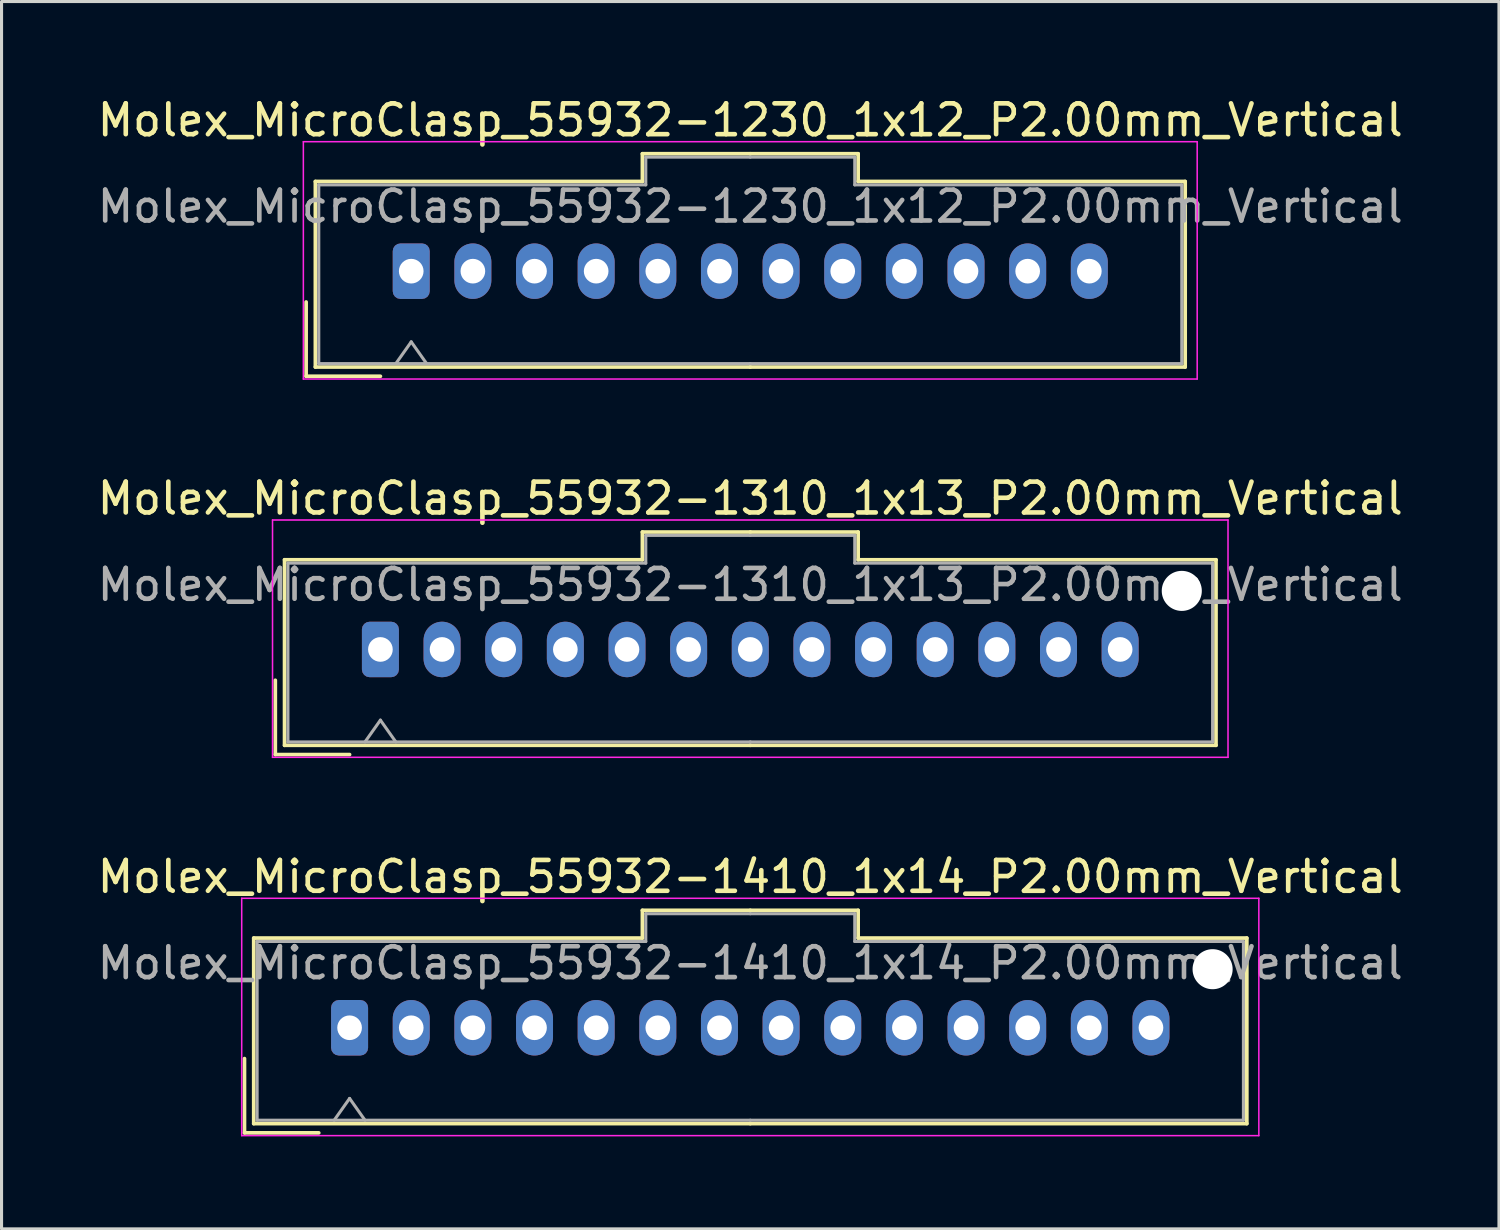
<source format=kicad_pcb>
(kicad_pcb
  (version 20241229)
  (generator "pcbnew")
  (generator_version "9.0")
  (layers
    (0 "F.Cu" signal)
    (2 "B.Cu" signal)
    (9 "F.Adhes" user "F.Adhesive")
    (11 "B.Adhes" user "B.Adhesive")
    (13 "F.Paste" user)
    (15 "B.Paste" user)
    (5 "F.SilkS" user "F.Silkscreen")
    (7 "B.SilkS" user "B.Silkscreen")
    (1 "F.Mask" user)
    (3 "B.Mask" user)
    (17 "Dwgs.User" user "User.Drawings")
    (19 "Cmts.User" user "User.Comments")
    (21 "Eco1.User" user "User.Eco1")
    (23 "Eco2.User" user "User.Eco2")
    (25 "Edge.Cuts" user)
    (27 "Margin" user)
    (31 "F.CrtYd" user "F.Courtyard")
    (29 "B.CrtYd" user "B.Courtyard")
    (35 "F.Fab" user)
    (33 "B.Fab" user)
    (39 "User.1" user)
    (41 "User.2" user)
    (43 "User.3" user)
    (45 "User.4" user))
  (footprint "Molex_MicroClasp_55932-1410_1x14_P2.00mm_Vertical"
    (layer "F.Cu")
    (at 8.292 30.295)
    (property "Reference" "Molex_MicroClasp_55932-1410_1x14_P2.00mm_Vertical" (at 13 -4.9 0) (layer "F.SilkS") (effects (font (size 1 1) (thickness 0.15))))
    (attr through_hole)
    (fp_line (start -3.41 1) (end -3.41 3.41) (stroke (width 0.12) (type solid)) (layer "F.SilkS"))
    (fp_line (start -3.41 3.41) (end -1 3.41) (stroke (width 0.12) (type solid)) (layer "F.SilkS"))
    (fp_line (start -3.11 -2.91) (end -3.11 3.11) (stroke (width 0.12) (type solid)) (layer "F.SilkS"))
    (fp_line (start -3.11 3.11) (end 13 3.11) (stroke (width 0.12) (type solid)) (layer "F.SilkS"))
    (fp_line (start 9.5 -3.81) (end 9.5 -2.91) (stroke (width 0.12) (type solid)) (layer "F.SilkS"))
    (fp_line (start 9.5 -2.91) (end -3.11 -2.91) (stroke (width 0.12) (type solid)) (layer "F.SilkS"))
    (fp_line (start 13 -3.81) (end 9.5 -3.81) (stroke (width 0.12) (type solid)) (layer "F.SilkS"))
    (fp_line (start 13 -3.81) (end 16.5 -3.81) (stroke (width 0.12) (type solid)) (layer "F.SilkS"))
    (fp_line (start 16.5 -3.81) (end 16.5 -2.91) (stroke (width 0.12) (type solid)) (layer "F.SilkS"))
    (fp_line (start 16.5 -2.91) (end 29.11 -2.91) (stroke (width 0.12) (type solid)) (layer "F.SilkS"))
    (fp_line (start 29.11 -2.91) (end 29.11 3.11) (stroke (width 0.12) (type solid)) (layer "F.SilkS"))
    (fp_line (start 29.11 3.11) (end 13 3.11) (stroke (width 0.12) (type solid)) (layer "F.SilkS"))
    (fp_line (start -3.5 -4.2) (end -3.5 3.5) (stroke (width 0.05) (type solid)) (layer "F.CrtYd"))
    (fp_line (start -3.5 3.5) (end 29.5 3.5) (stroke (width 0.05) (type solid)) (layer "F.CrtYd"))
    (fp_line (start 29.5 -4.2) (end -3.5 -4.2) (stroke (width 0.05) (type solid)) (layer "F.CrtYd"))
    (fp_line (start 29.5 3.5) (end 29.5 -4.2) (stroke (width 0.05) (type solid)) (layer "F.CrtYd"))
    (fp_line (start -3 -2.8) (end -3 3) (stroke (width 0.1) (type solid)) (layer "F.Fab"))
    (fp_line (start -3 3) (end 13 3) (stroke (width 0.1) (type solid)) (layer "F.Fab"))
    (fp_line (start -0.5 3) (end 0 2.293) (stroke (width 0.1) (type solid)) (layer "F.Fab"))
    (fp_line (start 0 2.293) (end 0.5 3) (stroke (width 0.1) (type solid)) (layer "F.Fab"))
    (fp_line (start 9.61 -3.7) (end 9.61 -2.8) (stroke (width 0.1) (type solid)) (layer "F.Fab"))
    (fp_line (start 9.61 -2.8) (end -3 -2.8) (stroke (width 0.1) (type solid)) (layer "F.Fab"))
    (fp_line (start 13 -3.7) (end 9.61 -3.7) (stroke (width 0.1) (type solid)) (layer "F.Fab"))
    (fp_line (start 13 -3.7) (end 16.39 -3.7) (stroke (width 0.1) (type solid)) (layer "F.Fab"))
    (fp_line (start 16.39 -3.7) (end 16.39 -2.8) (stroke (width 0.1) (type solid)) (layer "F.Fab"))
    (fp_line (start 16.39 -2.8) (end 29 -2.8) (stroke (width 0.1) (type solid)) (layer "F.Fab"))
    (fp_line (start 29 -2.8) (end 29 3) (stroke (width 0.1) (type solid)) (layer "F.Fab"))
    (fp_line (start 29 3) (end 13 3) (stroke (width 0.1) (type solid)) (layer "F.Fab"))
    (fp_text user "${REFERENCE}" (at 13 -2.1 0) (layer "F.Fab") (effects (font (size 1 1) (thickness 0.15))))
    (pad "" np_thru_hole circle (at 28 -1.9) (size 1.3 1.3) (drill 1.3) (layers "*.Cu" "*.Mask"))
    (pad "1" thru_hole roundrect (at 0 0) (size 1.2 1.8) (drill 0.8) (layers "*.Cu" "*.Mask") (roundrect_rratio 0.208))
    (pad "2" thru_hole oval (at 2 0) (size 1.2 1.8) (drill 0.8) (layers "*.Cu" "*.Mask"))
    (pad "3" thru_hole oval (at 4 0) (size 1.2 1.8) (drill 0.8) (layers "*.Cu" "*.Mask"))
    (pad "4" thru_hole oval (at 6 0) (size 1.2 1.8) (drill 0.8) (layers "*.Cu" "*.Mask"))
    (pad "5" thru_hole oval (at 8 0) (size 1.2 1.8) (drill 0.8) (layers "*.Cu" "*.Mask"))
    (pad "6" thru_hole oval (at 10 0) (size 1.2 1.8) (drill 0.8) (layers "*.Cu" "*.Mask"))
    (pad "7" thru_hole oval (at 12 0) (size 1.2 1.8) (drill 0.8) (layers "*.Cu" "*.Mask"))
    (pad "8" thru_hole oval (at 14 0) (size 1.2 1.8) (drill 0.8) (layers "*.Cu" "*.Mask"))
    (pad "9" thru_hole oval (at 16 0) (size 1.2 1.8) (drill 0.8) (layers "*.Cu" "*.Mask"))
    (pad "10" thru_hole oval (at 18 0) (size 1.2 1.8) (drill 0.8) (layers "*.Cu" "*.Mask"))
    (pad "11" thru_hole oval (at 20 0) (size 1.2 1.8) (drill 0.8) (layers "*.Cu" "*.Mask"))
    (pad "12" thru_hole oval (at 22 0) (size 1.2 1.8) (drill 0.8) (layers "*.Cu" "*.Mask"))
    (pad "13" thru_hole oval (at 24 0) (size 1.2 1.8) (drill 0.8) (layers "*.Cu" "*.Mask"))
    (pad "14" thru_hole oval (at 26 0) (size 1.2 1.8) (drill 0.8) (layers "*.Cu" "*.Mask")))
  (footprint "Molex_MicroClasp_55932-1230_1x12_P2.00mm_Vertical"
    (layer "F.Cu")
    (at 10.292 5.748)
    (property "Reference" "Molex_MicroClasp_55932-1230_1x12_P2.00mm_Vertical" (at 11 -4.9 0) (layer "F.SilkS") (effects (font (size 1 1) (thickness 0.15))))
    (attr through_hole)
    (fp_line (start -3.41 1) (end -3.41 3.41) (stroke (width 0.12) (type solid)) (layer "F.SilkS"))
    (fp_line (start -3.41 3.41) (end -1 3.41) (stroke (width 0.12) (type solid)) (layer "F.SilkS"))
    (fp_line (start -3.11 -2.91) (end -3.11 3.11) (stroke (width 0.12) (type solid)) (layer "F.SilkS"))
    (fp_line (start -3.11 3.11) (end 11 3.11) (stroke (width 0.12) (type solid)) (layer "F.SilkS"))
    (fp_line (start 7.5 -3.81) (end 7.5 -2.91) (stroke (width 0.12) (type solid)) (layer "F.SilkS"))
    (fp_line (start 7.5 -2.91) (end -3.11 -2.91) (stroke (width 0.12) (type solid)) (layer "F.SilkS"))
    (fp_line (start 11 -3.81) (end 7.5 -3.81) (stroke (width 0.12) (type solid)) (layer "F.SilkS"))
    (fp_line (start 11 -3.81) (end 14.5 -3.81) (stroke (width 0.12) (type solid)) (layer "F.SilkS"))
    (fp_line (start 14.5 -3.81) (end 14.5 -2.91) (stroke (width 0.12) (type solid)) (layer "F.SilkS"))
    (fp_line (start 14.5 -2.91) (end 25.11 -2.91) (stroke (width 0.12) (type solid)) (layer "F.SilkS"))
    (fp_line (start 25.11 -2.91) (end 25.11 3.11) (stroke (width 0.12) (type solid)) (layer "F.SilkS"))
    (fp_line (start 25.11 3.11) (end 11 3.11) (stroke (width 0.12) (type solid)) (layer "F.SilkS"))
    (fp_line (start -3.5 -4.2) (end -3.5 3.5) (stroke (width 0.05) (type solid)) (layer "F.CrtYd"))
    (fp_line (start -3.5 3.5) (end 25.5 3.5) (stroke (width 0.05) (type solid)) (layer "F.CrtYd"))
    (fp_line (start 25.5 -4.2) (end -3.5 -4.2) (stroke (width 0.05) (type solid)) (layer "F.CrtYd"))
    (fp_line (start 25.5 3.5) (end 25.5 -4.2) (stroke (width 0.05) (type solid)) (layer "F.CrtYd"))
    (fp_line (start -3 -2.8) (end -3 3) (stroke (width 0.1) (type solid)) (layer "F.Fab"))
    (fp_line (start -3 3) (end 11 3) (stroke (width 0.1) (type solid)) (layer "F.Fab"))
    (fp_line (start -0.5 3) (end 0 2.293) (stroke (width 0.1) (type solid)) (layer "F.Fab"))
    (fp_line (start 0 2.293) (end 0.5 3) (stroke (width 0.1) (type solid)) (layer "F.Fab"))
    (fp_line (start 7.61 -3.7) (end 7.61 -2.8) (stroke (width 0.1) (type solid)) (layer "F.Fab"))
    (fp_line (start 7.61 -2.8) (end -3 -2.8) (stroke (width 0.1) (type solid)) (layer "F.Fab"))
    (fp_line (start 11 -3.7) (end 7.61 -3.7) (stroke (width 0.1) (type solid)) (layer "F.Fab"))
    (fp_line (start 11 -3.7) (end 14.39 -3.7) (stroke (width 0.1) (type solid)) (layer "F.Fab"))
    (fp_line (start 14.39 -3.7) (end 14.39 -2.8) (stroke (width 0.1) (type solid)) (layer "F.Fab"))
    (fp_line (start 14.39 -2.8) (end 25 -2.8) (stroke (width 0.1) (type solid)) (layer "F.Fab"))
    (fp_line (start 25 -2.8) (end 25 3) (stroke (width 0.1) (type solid)) (layer "F.Fab"))
    (fp_line (start 25 3) (end 11 3) (stroke (width 0.1) (type solid)) (layer "F.Fab"))
    (fp_text user "${REFERENCE}" (at 11 -2.1 0) (layer "F.Fab") (effects (font (size 1 1) (thickness 0.15))))
    (pad "1" thru_hole roundrect (at 0 0) (size 1.2 1.8) (drill 0.8) (layers "*.Cu" "*.Mask") (roundrect_rratio 0.208))
    (pad "2" thru_hole oval (at 2 0) (size 1.2 1.8) (drill 0.8) (layers "*.Cu" "*.Mask"))
    (pad "3" thru_hole oval (at 4 0) (size 1.2 1.8) (drill 0.8) (layers "*.Cu" "*.Mask"))
    (pad "4" thru_hole oval (at 6 0) (size 1.2 1.8) (drill 0.8) (layers "*.Cu" "*.Mask"))
    (pad "5" thru_hole oval (at 8 0) (size 1.2 1.8) (drill 0.8) (layers "*.Cu" "*.Mask"))
    (pad "6" thru_hole oval (at 10 0) (size 1.2 1.8) (drill 0.8) (layers "*.Cu" "*.Mask"))
    (pad "7" thru_hole oval (at 12 0) (size 1.2 1.8) (drill 0.8) (layers "*.Cu" "*.Mask"))
    (pad "8" thru_hole oval (at 14 0) (size 1.2 1.8) (drill 0.8) (layers "*.Cu" "*.Mask"))
    (pad "9" thru_hole oval (at 16 0) (size 1.2 1.8) (drill 0.8) (layers "*.Cu" "*.Mask"))
    (pad "10" thru_hole oval (at 18 0) (size 1.2 1.8) (drill 0.8) (layers "*.Cu" "*.Mask"))
    (pad "11" thru_hole oval (at 20 0) (size 1.2 1.8) (drill 0.8) (layers "*.Cu" "*.Mask"))
    (pad "12" thru_hole oval (at 22 0) (size 1.2 1.8) (drill 0.8) (layers "*.Cu" "*.Mask")))
  (footprint "Molex_MicroClasp_55932-1310_1x13_P2.00mm_Vertical"
    (layer "F.Cu")
    (at 9.292 18.021)
    (property "Reference" "Molex_MicroClasp_55932-1310_1x13_P2.00mm_Vertical" (at 12 -4.9 0) (layer "F.SilkS") (effects (font (size 1 1) (thickness 0.15))))
    (attr through_hole)
    (fp_line (start -3.41 1) (end -3.41 3.41) (stroke (width 0.12) (type solid)) (layer "F.SilkS"))
    (fp_line (start -3.41 3.41) (end -1 3.41) (stroke (width 0.12) (type solid)) (layer "F.SilkS"))
    (fp_line (start -3.11 -2.91) (end -3.11 3.11) (stroke (width 0.12) (type solid)) (layer "F.SilkS"))
    (fp_line (start -3.11 3.11) (end 12 3.11) (stroke (width 0.12) (type solid)) (layer "F.SilkS"))
    (fp_line (start 8.5 -3.81) (end 8.5 -2.91) (stroke (width 0.12) (type solid)) (layer "F.SilkS"))
    (fp_line (start 8.5 -2.91) (end -3.11 -2.91) (stroke (width 0.12) (type solid)) (layer "F.SilkS"))
    (fp_line (start 12 -3.81) (end 8.5 -3.81) (stroke (width 0.12) (type solid)) (layer "F.SilkS"))
    (fp_line (start 12 -3.81) (end 15.5 -3.81) (stroke (width 0.12) (type solid)) (layer "F.SilkS"))
    (fp_line (start 15.5 -3.81) (end 15.5 -2.91) (stroke (width 0.12) (type solid)) (layer "F.SilkS"))
    (fp_line (start 15.5 -2.91) (end 27.11 -2.91) (stroke (width 0.12) (type solid)) (layer "F.SilkS"))
    (fp_line (start 27.11 -2.91) (end 27.11 3.11) (stroke (width 0.12) (type solid)) (layer "F.SilkS"))
    (fp_line (start 27.11 3.11) (end 12 3.11) (stroke (width 0.12) (type solid)) (layer "F.SilkS"))
    (fp_line (start -3.5 -4.2) (end -3.5 3.5) (stroke (width 0.05) (type solid)) (layer "F.CrtYd"))
    (fp_line (start -3.5 3.5) (end 27.5 3.5) (stroke (width 0.05) (type solid)) (layer "F.CrtYd"))
    (fp_line (start 27.5 -4.2) (end -3.5 -4.2) (stroke (width 0.05) (type solid)) (layer "F.CrtYd"))
    (fp_line (start 27.5 3.5) (end 27.5 -4.2) (stroke (width 0.05) (type solid)) (layer "F.CrtYd"))
    (fp_line (start -3 -2.8) (end -3 3) (stroke (width 0.1) (type solid)) (layer "F.Fab"))
    (fp_line (start -3 3) (end 12 3) (stroke (width 0.1) (type solid)) (layer "F.Fab"))
    (fp_line (start -0.5 3) (end 0 2.293) (stroke (width 0.1) (type solid)) (layer "F.Fab"))
    (fp_line (start 0 2.293) (end 0.5 3) (stroke (width 0.1) (type solid)) (layer "F.Fab"))
    (fp_line (start 8.61 -3.7) (end 8.61 -2.8) (stroke (width 0.1) (type solid)) (layer "F.Fab"))
    (fp_line (start 8.61 -2.8) (end -3 -2.8) (stroke (width 0.1) (type solid)) (layer "F.Fab"))
    (fp_line (start 12 -3.7) (end 8.61 -3.7) (stroke (width 0.1) (type solid)) (layer "F.Fab"))
    (fp_line (start 12 -3.7) (end 15.39 -3.7) (stroke (width 0.1) (type solid)) (layer "F.Fab"))
    (fp_line (start 15.39 -3.7) (end 15.39 -2.8) (stroke (width 0.1) (type solid)) (layer "F.Fab"))
    (fp_line (start 15.39 -2.8) (end 27 -2.8) (stroke (width 0.1) (type solid)) (layer "F.Fab"))
    (fp_line (start 27 -2.8) (end 27 3) (stroke (width 0.1) (type solid)) (layer "F.Fab"))
    (fp_line (start 27 3) (end 12 3) (stroke (width 0.1) (type solid)) (layer "F.Fab"))
    (fp_text user "${REFERENCE}" (at 12 -2.1 0) (layer "F.Fab") (effects (font (size 1 1) (thickness 0.15))))
    (pad "" np_thru_hole circle (at 26 -1.9) (size 1.3 1.3) (drill 1.3) (layers "*.Cu" "*.Mask"))
    (pad "1" thru_hole roundrect (at 0 0) (size 1.2 1.8) (drill 0.8) (layers "*.Cu" "*.Mask") (roundrect_rratio 0.208))
    (pad "2" thru_hole oval (at 2 0) (size 1.2 1.8) (drill 0.8) (layers "*.Cu" "*.Mask"))
    (pad "3" thru_hole oval (at 4 0) (size 1.2 1.8) (drill 0.8) (layers "*.Cu" "*.Mask"))
    (pad "4" thru_hole oval (at 6 0) (size 1.2 1.8) (drill 0.8) (layers "*.Cu" "*.Mask"))
    (pad "5" thru_hole oval (at 8 0) (size 1.2 1.8) (drill 0.8) (layers "*.Cu" "*.Mask"))
    (pad "6" thru_hole oval (at 10 0) (size 1.2 1.8) (drill 0.8) (layers "*.Cu" "*.Mask"))
    (pad "7" thru_hole oval (at 12 0) (size 1.2 1.8) (drill 0.8) (layers "*.Cu" "*.Mask"))
    (pad "8" thru_hole oval (at 14 0) (size 1.2 1.8) (drill 0.8) (layers "*.Cu" "*.Mask"))
    (pad "9" thru_hole oval (at 16 0) (size 1.2 1.8) (drill 0.8) (layers "*.Cu" "*.Mask"))
    (pad "10" thru_hole oval (at 18 0) (size 1.2 1.8) (drill 0.8) (layers "*.Cu" "*.Mask"))
    (pad "11" thru_hole oval (at 20 0) (size 1.2 1.8) (drill 0.8) (layers "*.Cu" "*.Mask"))
    (pad "12" thru_hole oval (at 22 0) (size 1.2 1.8) (drill 0.8) (layers "*.Cu" "*.Mask"))
    (pad "13" thru_hole oval (at 24 0) (size 1.2 1.8) (drill 0.8) (layers "*.Cu" "*.Mask")))
  (gr_rect
    (start -3 -3)
    (end 45.583 36.82)
    (stroke (width 0.1) (type default))
    (fill no)
    (layer "Edge.Cuts")))
</source>
